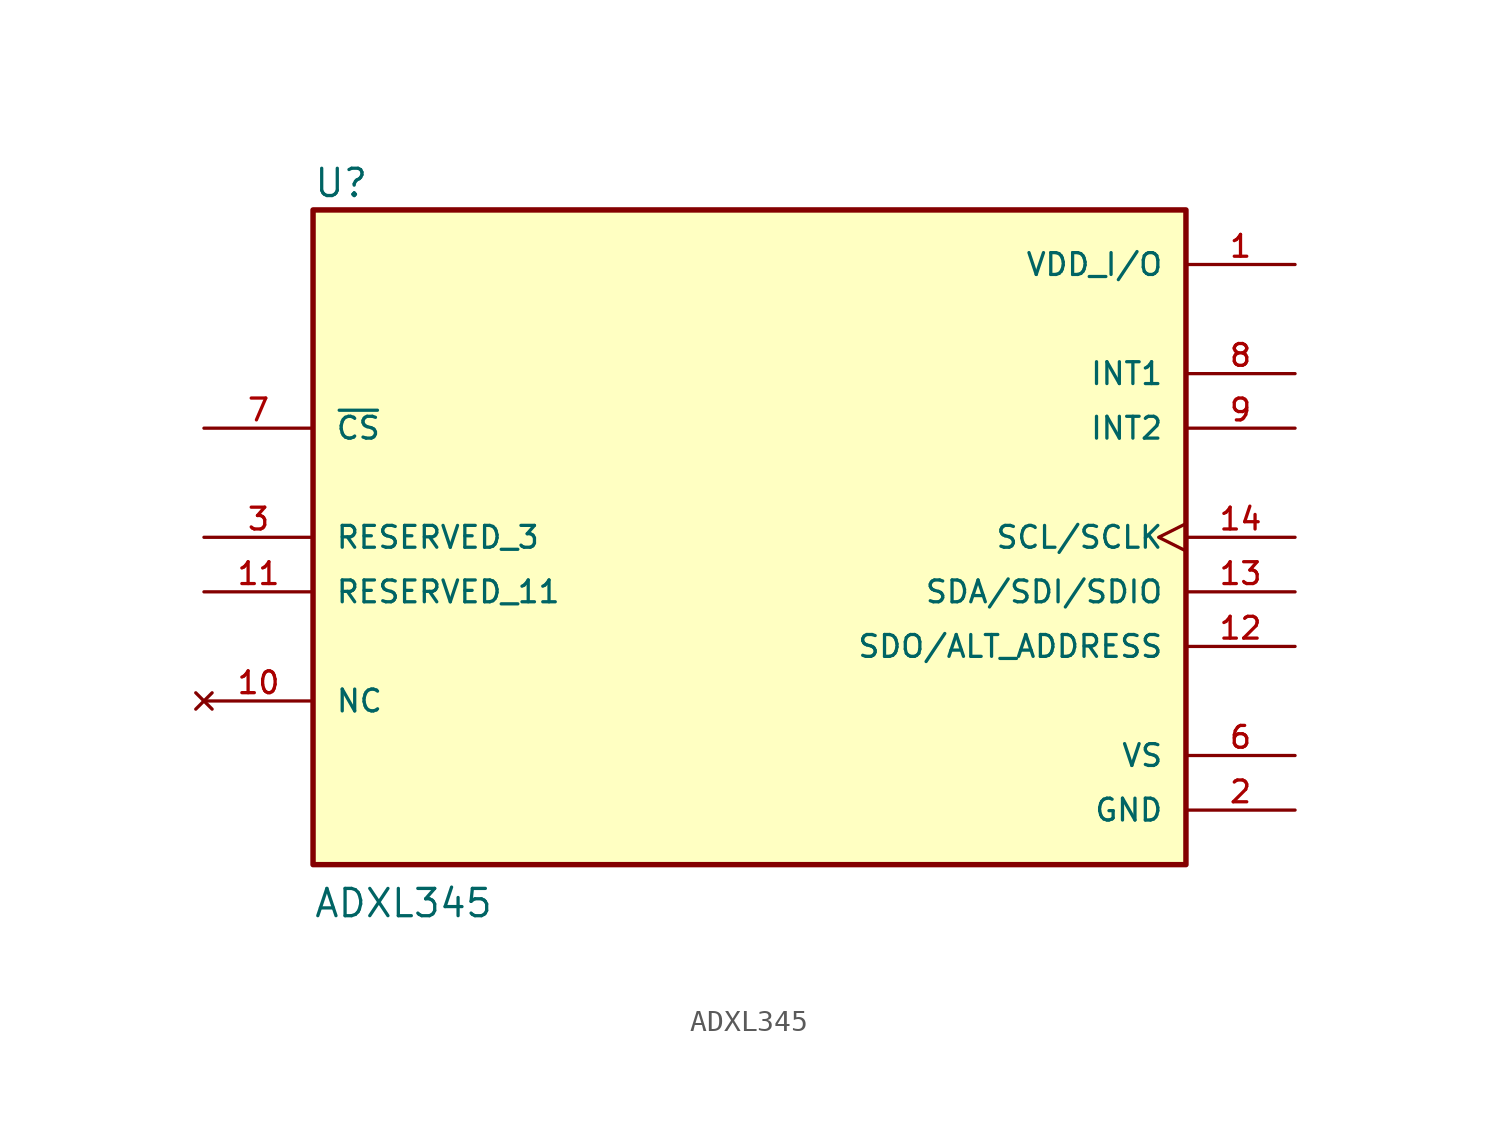
<source format=kicad_sym>
(kicad_symbol_lib
  (version 20211014)
  (generator kicad_symbol_editor)
  (symbol "ADXL345"
    (pin_names
      (offset 1.016))
    (property "Reference" "U"
      (at -20.32 15.748 0.0)
      (effects (font (size 1.27 1.27)) (justify bottom left)))
    (property "Value" "ADXL345"
      (at -20.32 -17.78 0.0)
      (effects (font (size 1.27 1.27)) (justify bottom left)))
    (symbol "ADXL345_0_0"
      (rectangle (start -20.32 -15.24) (end 20.32 15.24) (stroke (width 0.254)) (fill (type background)))
      (pin power_in line (at 25.4 12.7 180.0) (length 5.08) (name "VDD_I/O" (effects (font (size 1.016 1.016)))) (number "1" (effects (font (size 1.016 1.016)))))
      (pin power_in line (at 25.4 -10.16 180.0) (length 5.08) (name "VS" (effects (font (size 1.016 1.016)))) (number "6" (effects (font (size 1.016 1.016)))))
      (pin output line (at 25.4 7.62 180.0) (length 5.08) (name "INT1" (effects (font (size 1.016 1.016)))) (number "8" (effects (font (size 1.016 1.016)))))
      (pin output line (at 25.4 5.08 180.0) (length 5.08) (name "INT2" (effects (font (size 1.016 1.016)))) (number "9" (effects (font (size 1.016 1.016)))))
      (pin input line (at -25.4 5.08 0) (length 5.08) (name "~{CS}" (effects (font (size 1.016 1.016)))) (number "7" (effects (font (size 1.016 1.016)))))
      (pin bidirectional clock (at 25.4 0.0 180.0) (length 5.08) (name "SCL/SCLK" (effects (font (size 1.016 1.016)))) (number "14" (effects (font (size 1.016 1.016)))))
      (pin power_in line (at 25.4 -12.7 180.0) (length 5.08) (name "GND" (effects (font (size 1.016 1.016)))) (number "2" (effects (font (size 1.016 1.016)))))
      (pin power_in line (at 25.4 -12.7 180.0) (length 5.08) hide (name "GND" (effects (font (size 1.016 1.016)))) (number "4" (effects (font (size 1.016 1.016)))))
      (pin power_in line (at 25.4 -12.7 180.0) (length 5.08) hide (name "GND" (effects (font (size 1.016 1.016)))) (number "5" (effects (font (size 1.016 1.016)))))
      (pin no_connect line (at -25.4 -7.62 0) (length 5.08) (name "NC" (effects (font (size 1.016 1.016)))) (number "10" (effects (font (size 1.016 1.016)))))
      (pin output line (at 25.4 -5.08 180.0) (length 5.08) (name "SDO/ALT_ADDRESS" (effects (font (size 1.016 1.016)))) (number "12" (effects (font (size 1.016 1.016)))))
      (pin bidirectional line (at 25.4 -2.54 180.0) (length 5.08) (name "SDA/SDI/SDIO" (effects (font (size 1.016 1.016)))) (number "13" (effects (font (size 1.016 1.016)))))
      (pin passive line (at -25.4 -2.54 0) (length 5.08) (name "RESERVED_11" (effects (font (size 1.016 1.016)))) (number "11" (effects (font (size 1.016 1.016)))))
      (pin passive line (at -25.4 0.0 0) (length 5.08) (name "RESERVED_3" (effects (font (size 1.016 1.016)))) (number "3" (effects (font (size 1.016 1.016))))))))
</source>
